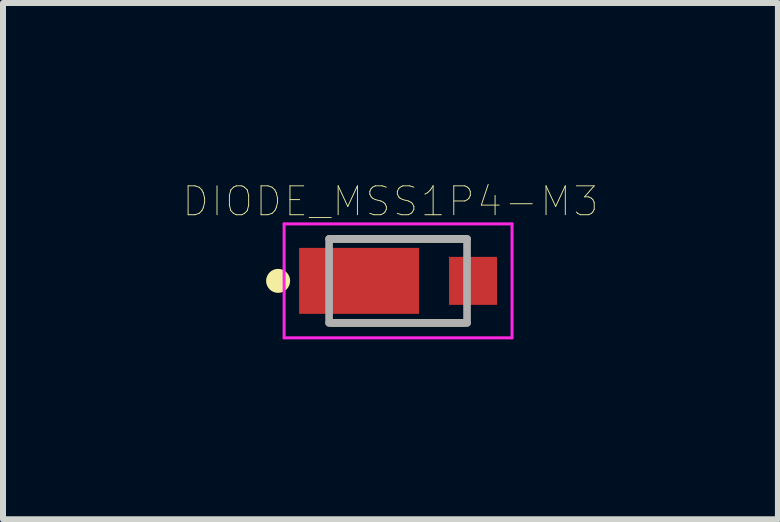
<source format=kicad_pcb>
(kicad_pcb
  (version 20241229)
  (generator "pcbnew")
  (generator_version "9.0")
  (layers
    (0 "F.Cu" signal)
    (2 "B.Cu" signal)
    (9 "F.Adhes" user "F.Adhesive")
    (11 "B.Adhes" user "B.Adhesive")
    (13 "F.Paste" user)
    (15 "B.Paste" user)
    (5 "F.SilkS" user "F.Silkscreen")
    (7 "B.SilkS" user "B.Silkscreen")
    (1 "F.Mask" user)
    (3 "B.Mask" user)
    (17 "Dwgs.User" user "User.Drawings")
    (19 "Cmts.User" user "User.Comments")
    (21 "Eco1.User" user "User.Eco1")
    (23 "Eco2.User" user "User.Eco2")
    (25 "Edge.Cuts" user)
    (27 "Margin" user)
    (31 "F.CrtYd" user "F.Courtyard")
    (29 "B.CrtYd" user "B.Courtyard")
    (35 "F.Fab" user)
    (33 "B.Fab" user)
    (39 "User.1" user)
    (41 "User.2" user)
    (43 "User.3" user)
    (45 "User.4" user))
  (footprint "DIODE_MSS1P4-M3"
    (layer "F.Cu")
    (at 3.587 1.633)
    (property "Reference" "DIODE_MSS1P4-M3" (at -0.127 -1.325 0) (layer "F.SilkS") (effects (font (size 0.482 0.482) (thickness 0.015))))
    (attr through_hole)
    (fp_line (start -1.1 -0.7) (end 1.1 -0.7) (stroke (width 0.127) (type solid)) (layer "F.SilkS"))
    (fp_line (start 1.1 0.7) (end -1.1 0.7) (stroke (width 0.127) (type solid)) (layer "F.SilkS"))
    (fp_circle (center -2 0) (end -1.9 0) (stroke (width 0.2) (type solid)) (fill no) (layer "F.SilkS"))
    (fp_line (start -1.9 -0.95) (end 1.9 -0.95) (stroke (width 0.05) (type solid)) (layer "F.CrtYd"))
    (fp_line (start -1.9 0.95) (end -1.9 -0.95) (stroke (width 0.05) (type solid)) (layer "F.CrtYd"))
    (fp_line (start 1.9 -0.95) (end 1.9 0.95) (stroke (width 0.05) (type solid)) (layer "F.CrtYd"))
    (fp_line (start 1.9 0.95) (end -1.9 0.95) (stroke (width 0.05) (type solid)) (layer "F.CrtYd"))
    (fp_line (start -1.15 -0.7) (end 1.15 -0.7) (stroke (width 0.127) (type solid)) (layer "F.Fab"))
    (fp_line (start -1.15 0.7) (end -1.15 -0.7) (stroke (width 0.127) (type solid)) (layer "F.Fab"))
    (fp_line (start 1.15 -0.7) (end 1.15 0.7) (stroke (width 0.127) (type solid)) (layer "F.Fab"))
    (fp_line (start 1.15 0.7) (end -1.15 0.7) (stroke (width 0.127) (type solid)) (layer "F.Fab"))
    (pad "1" smd rect (at -0.65 0) (size 2 1.1) (layers "F.Cu" "F.Mask" "F.Paste"))
    (pad "2" smd rect (at 1.25 0) (size 0.8 0.8) (layers "F.Cu" "F.Mask" "F.Paste")))
  (gr_rect
    (start -3 -3)
    (end 9.92 5.608)
    (stroke (width 0.1) (type default))
    (fill no)
    (layer "Edge.Cuts")))
</source>
